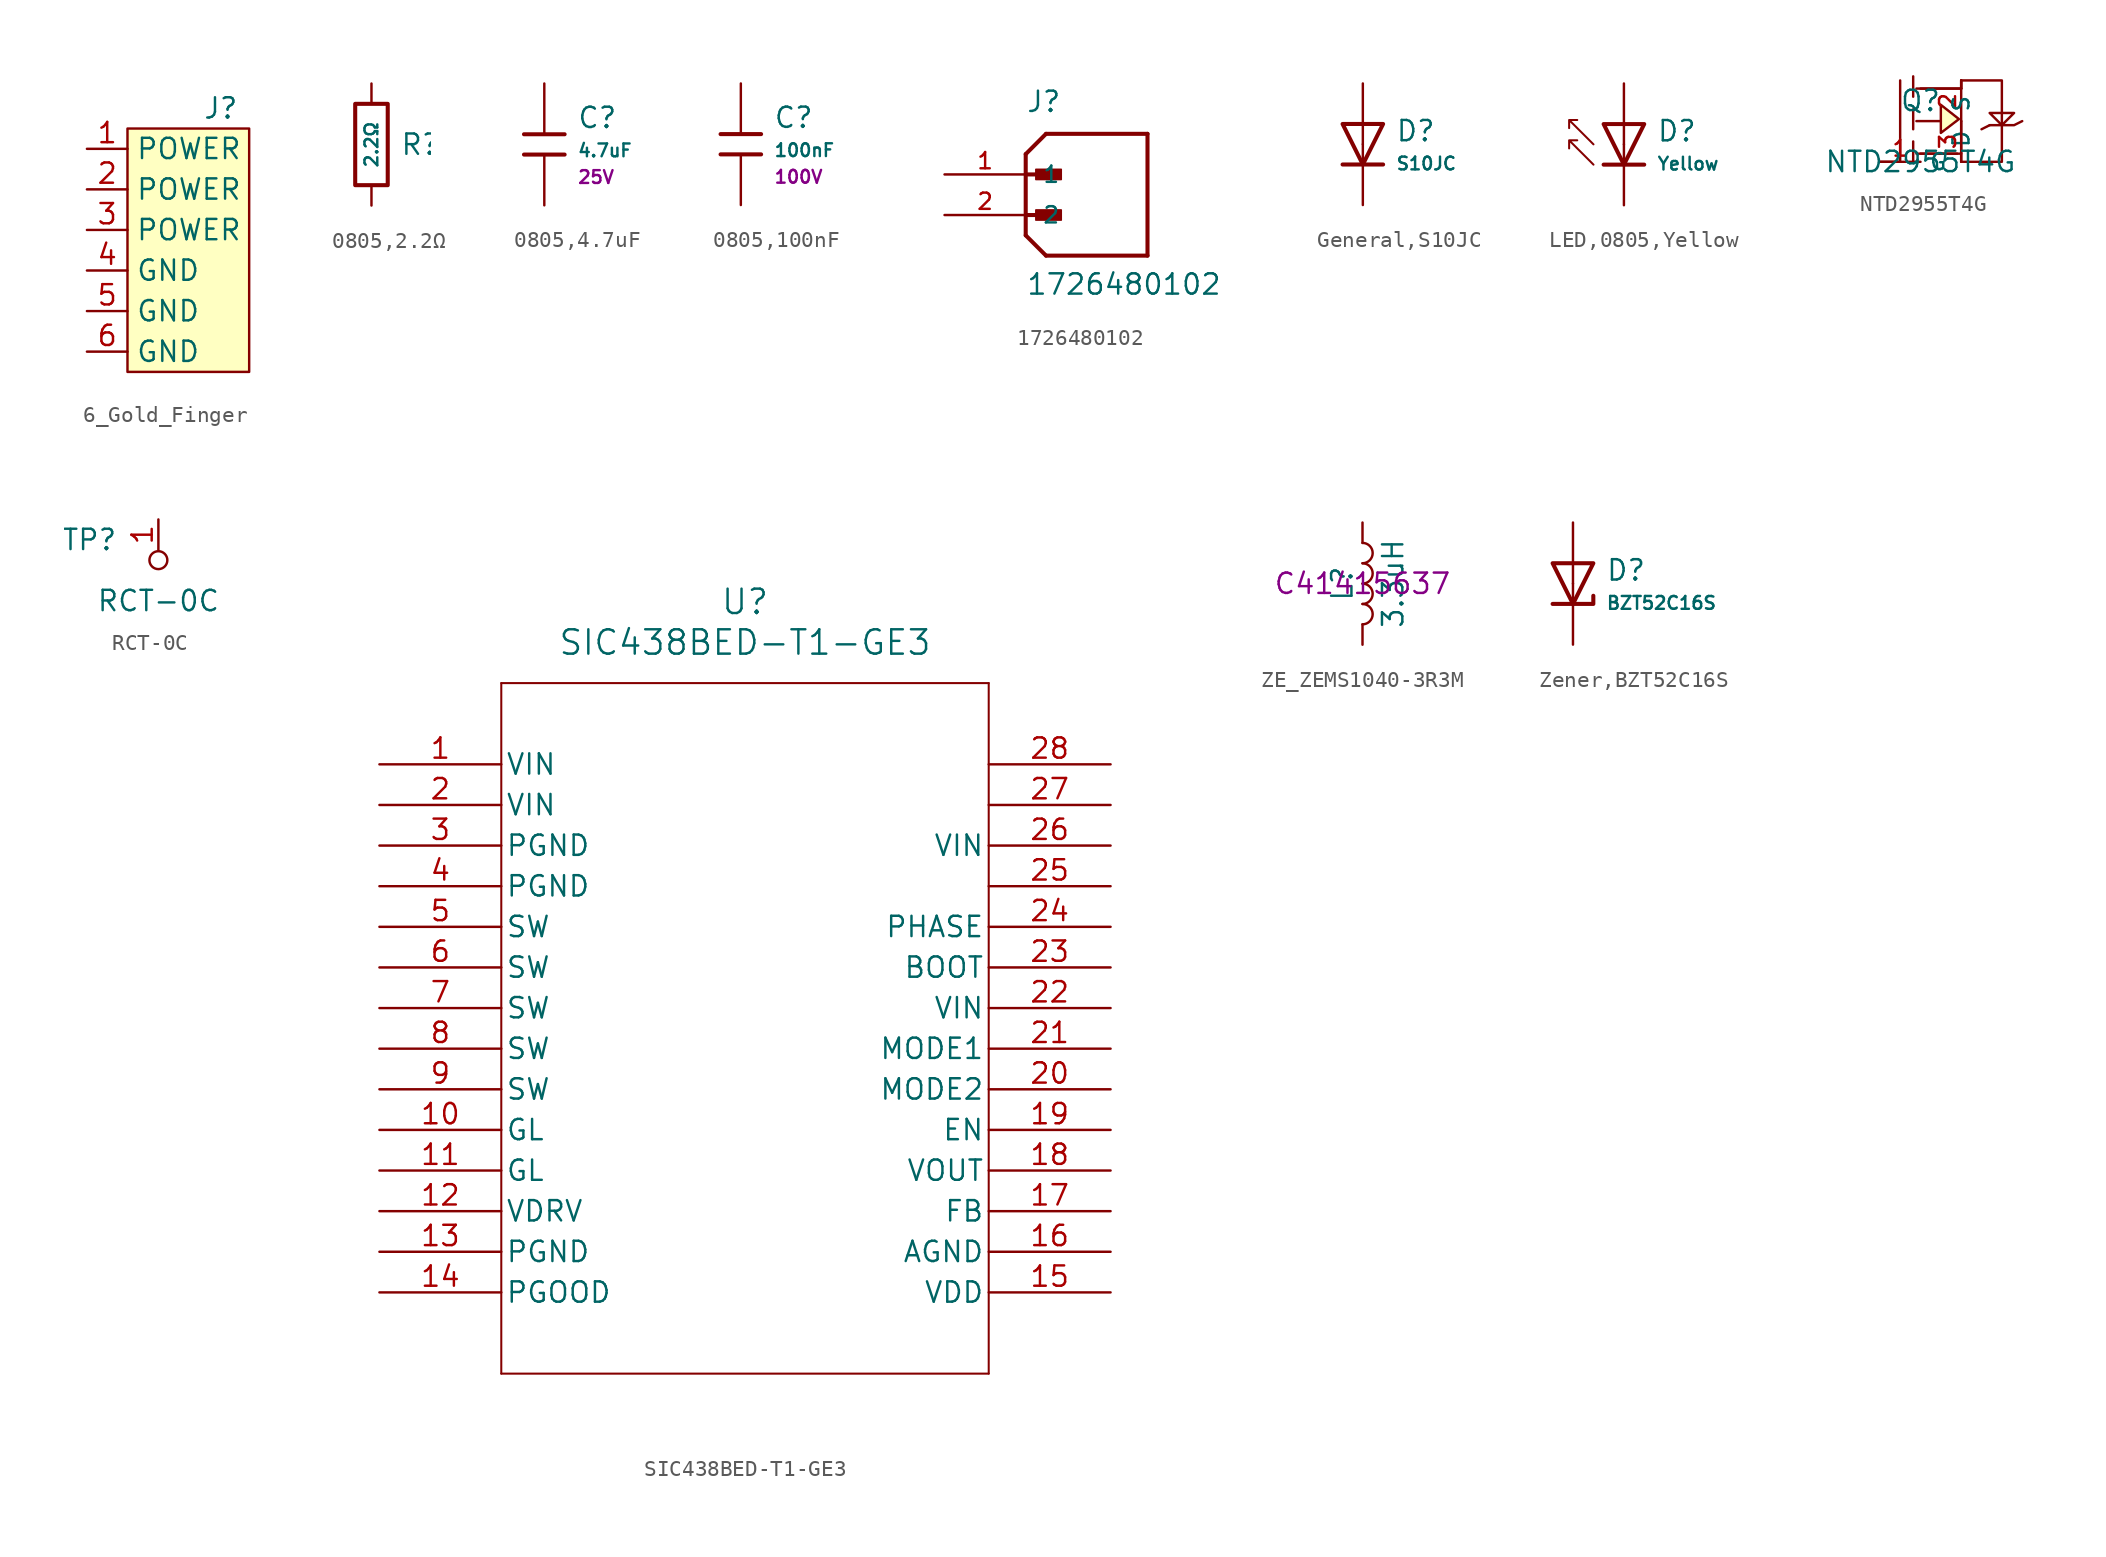
<source format=kicad_sym>
(kicad_symbol_lib
  (version 20241209)
  (generator "kicad_symbol_editor")
  (generator_version "9.0")
  (symbol "6_Gold_Finger"
    (property "Reference" "J"
      (at 5.842 16.51 0)
      (effects (font (size 1.27 1.27))))
    (property "Value" ""
      (at 0 1.27 0)
      (effects (font (size 1.27 1.27))))
    (symbol "6_Gold_Finger_1_1"
      (rectangle (start 0 15.24) (end 7.62 0) (stroke (width 0) (type default)) (fill (type background)))
      (pin input line (at -2.54 13.97 0) (length 2.54) (name "POWER" (effects (font (size 1.27 1.27)))) (number "1" (effects (font (size 1.27 1.27)))))
      (pin input line (at -2.54 11.43 0) (length 2.54) (name "POWER" (effects (font (size 1.27 1.27)))) (number "2" (effects (font (size 1.27 1.27)))))
      (pin input line (at -2.54 8.89 0) (length 2.54) (name "POWER" (effects (font (size 1.27 1.27)))) (number "3" (effects (font (size 1.27 1.27)))))
      (pin input line (at -2.54 6.35 0) (length 2.54) (name "GND" (effects (font (size 1.27 1.27)))) (number "4" (effects (font (size 1.27 1.27)))))
      (pin input line (at -2.54 3.81 0) (length 2.54) (name "GND" (effects (font (size 1.27 1.27)))) (number "5" (effects (font (size 1.27 1.27)))))
      (pin input line (at -2.54 1.27 0) (length 2.54) (name "GND" (effects (font (size 1.27 1.27)))) (number "6" (effects (font (size 1.27 1.27)))))))
  (symbol "0805,2.2Ω"
    (pin_numbers
      (hide yes))
    (pin_names
      (offset 0))
    (property "Reference" "R"
      (at 1.778 0 0)
      (effects (font (size 1.27 1.27)) (justify left)))
    (property "Value" "2.2Ω"
      (at 0 0 90)
      (do_not_autoplace)
      (effects (font (size 0.8 0.8))))
    (symbol "0805,2.2Ω_0_1"
      (rectangle (start -1.016 2.54) (end 1.016 -2.54) (stroke (width 0.254) (type default)) (fill (type none))))
    (symbol "0805,2.2Ω_1_1"
      (pin passive line (at 0 3.81 270) (length 1.27) (name "~" (effects (font (size 1.27 1.27)))) (number "1" (effects (font (size 1.27 1.27)))))
      (pin passive line (at 0 -3.81 90) (length 1.27) (name "~" (effects (font (size 1.27 1.27)))) (number "2" (effects (font (size 1.27 1.27)))))))
  (symbol "0805,4.7uF"
    (pin_numbers
      (hide yes))
    (pin_names
      (offset 0))
    (property "Reference" "C"
      (at 2.032 1.668 0)
      (effects (font (size 1.27 1.27)) (justify left)))
    (property "Value" "4.7uF"
      (at 2.032 -0.378 0)
      (effects (font (size 0.8 0.8)) (justify left)))
    (property "Voltage Rated" "25V"
      (at 2.032 -2.046 0)
      (effects (font (size 0.8 0.8)) (justify left)))
    (symbol "0805,4.7uF_0_1"
      (polyline (pts (xy -1.27 0.635) (xy 1.27 0.635)) (stroke (width 0.254) (type default)) (fill (type none)))
      (polyline (pts (xy -1.27 -0.635) (xy 1.27 -0.635)) (stroke (width 0.254) (type default)) (fill (type none))))
    (symbol "0805,4.7uF_1_1"
      (pin passive line (at 0 3.81 270) (length 3.175) (name "~" (effects (font (size 1.27 1.27)))) (number "1" (effects (font (size 1.27 1.27)))))
      (pin passive line (at 0 -3.81 90) (length 3.175) (name "~" (effects (font (size 1.27 1.27)))) (number "2" (effects (font (size 1.27 1.27)))))))
  (symbol "0805,100nF"
    (pin_numbers
      (hide yes))
    (pin_names
      (offset 0))
    (property "Reference" "C"
      (at 2.032 1.668 0)
      (effects (font (size 1.27 1.27)) (justify left)))
    (property "Value" "100nF"
      (at 2.032 -0.378 0)
      (effects (font (size 0.8 0.8)) (justify left)))
    (property "Voltage Rated" "100V"
      (at 2.032 -2.046 0)
      (effects (font (size 0.8 0.8)) (justify left)))
    (symbol "0805,100nF_0_1"
      (polyline (pts (xy -1.27 0.635) (xy 1.27 0.635)) (stroke (width 0.254) (type default)) (fill (type none)))
      (polyline (pts (xy -1.27 -0.635) (xy 1.27 -0.635)) (stroke (width 0.254) (type default)) (fill (type none))))
    (symbol "0805,100nF_1_1"
      (pin passive line (at 0 3.81 270) (length 3.175) (name "~" (effects (font (size 1.27 1.27)))) (number "1" (effects (font (size 1.27 1.27)))))
      (pin passive line (at 0 -3.81 90) (length 3.175) (name "~" (effects (font (size 1.27 1.27)))) (number "2" (effects (font (size 1.27 1.27)))))))
  (symbol "1726480102"
    (pin_names
      (offset 1.016))
    (property "Reference" "J"
      (at 0 3.81 0)
      (effects (font (size 1.27 1.27)) (justify left bottom)))
    (property "Value" "1726480102"
      (at 0 -7.62 0)
      (effects (font (size 1.27 1.27)) (justify left bottom)))
    (symbol "1726480102_0_0"
      (polyline (pts (xy 0 1.27) (xy 0 0)) (stroke (width 0.254) (type default)) (fill (type none)))
      (polyline (pts (xy 0 1.27) (xy 1.27 2.54)) (stroke (width 0.254) (type default)) (fill (type none)))
      (polyline (pts (xy 0 0) (xy 0 -3.81)) (stroke (width 0.254) (type default)) (fill (type none)))
      (polyline (pts (xy 0 0) (xy 1.905 0)) (stroke (width 0.254) (type default)) (fill (type none)))
      (polyline (pts (xy 0 -2.54) (xy 1.905 -2.54)) (stroke (width 0.254) (type default)) (fill (type none)))
      (polyline (pts (xy 0 -3.81) (xy 1.27 -5.08)) (stroke (width 0.254) (type default)) (fill (type none)))
      (rectangle (start 0.635 -0.318) (end 2.223 0.318) (stroke (width 0.1) (type default)) (fill (type outline)))
      (rectangle (start 0.635 -2.857) (end 2.223 -2.223) (stroke (width 0.1) (type default)) (fill (type outline)))
      (polyline (pts (xy 1.27 -5.08) (xy 7.62 -5.08)) (stroke (width 0.254) (type default)) (fill (type none)))
      (polyline (pts (xy 7.62 2.54) (xy 1.27 2.54)) (stroke (width 0.254) (type default)) (fill (type none)))
      (polyline (pts (xy 7.62 -5.08) (xy 7.62 2.54)) (stroke (width 0.254) (type default)) (fill (type none)))
      (pin passive line (at -5.08 0 0) (length 5.08) (name "1" (effects (font (size 1.016 1.016)))) (number "1" (effects (font (size 1.016 1.016)))))
      (pin passive line (at -5.08 -2.54 0) (length 5.08) (name "2" (effects (font (size 1.016 1.016)))) (number "2" (effects (font (size 1.016 1.016)))))))
  (symbol "General,S10JC"
    (pin_numbers
      (hide yes))
    (pin_names
      (offset 0))
    (property "Reference" "D"
      (at 2.032 0.834 0)
      (effects (font (size 1.27 1.27)) (justify left)))
    (property "Value" "S10JC"
      (at 2.032 -1.212 0)
      (effects (font (size 0.8 0.8)) (justify left)))
    (symbol "General,S10JC_0_1"
      (polyline (pts (xy -1.27 1.27) (xy 0 -1.27) (xy 1.27 1.27) (xy -1.27 1.27)) (stroke (width 0.254) (type default)) (fill (type none)))
      (polyline (pts (xy -1.27 -1.27) (xy 1.27 -1.27)) (stroke (width 0.254) (type default)) (fill (type none))))
    (symbol "General,S10JC_1_1"
      (pin passive line (at 0 3.81 270) (length 3.81) (name "~" (effects (font (size 1.27 1.27)))) (number "2" (effects (font (size 1.27 1.27)))))
      (pin passive line (at 0 -3.81 90) (length 3.81) (name "~" (effects (font (size 1.27 1.27)))) (number "1" (effects (font (size 1.27 1.27)))))))
  (symbol "LED,0805,Yellow"
    (pin_numbers
      (hide yes))
    (pin_names
      (offset 0))
    (property "Reference" "D"
      (at 2.032 0.834 0)
      (effects (font (size 1.27 1.27)) (justify left)))
    (property "Value" "Yellow"
      (at 2.032 -1.212 0)
      (effects (font (size 0.8 0.8)) (justify left)))
    (symbol "LED,0805,Yellow_0_1"
      (polyline (pts (xy -1.905 0) (xy -3.429 1.524) (xy -3.429 1.016) (xy -3.429 1.524) (xy -2.921 1.524)) (stroke (width 0.127) (type default)) (fill (type none)))
      (polyline (pts (xy -1.905 -1.27) (xy -3.429 0.254) (xy -3.429 -0.254) (xy -3.429 0.254) (xy -2.921 0.254)) (stroke (width 0.127) (type default)) (fill (type none)))
      (polyline (pts (xy -1.27 1.27) (xy 0 -1.27) (xy 1.27 1.27) (xy -1.27 1.27)) (stroke (width 0.254) (type default)) (fill (type none)))
      (polyline (pts (xy -1.27 -1.27) (xy 1.27 -1.27)) (stroke (width 0.254) (type default)) (fill (type none))))
    (symbol "LED,0805,Yellow_1_1"
      (pin passive line (at 0 3.81 270) (length 3.81) (name "~" (effects (font (size 1.27 1.27)))) (number "2" (effects (font (size 1.27 1.27)))))
      (pin passive line (at 0 -3.81 90) (length 3.81) (name "~" (effects (font (size 1.27 1.27)))) (number "1" (effects (font (size 1.27 1.27)))))))
  (symbol "NTD2955T4G"
    (property "Reference" "Q"
      (at 0 1.27 0)
      (effects (font (size 1.27 1.27))))
    (property "Value" "NTD2955T4G"
      (at 0 -2.54 0)
      (effects (font (size 1.27 1.27))))
    (symbol "NTD2955T4G_0_1"
      (polyline (pts (xy -2.54 -2.54) (xy -1.27 -2.54)) (stroke (width 0) (type default)) (fill (type none)))
      (polyline (pts (xy -1.27 -2.54) (xy -1.27 2.54)) (stroke (width 0) (type default)) (fill (type none)))
      (polyline (pts (xy -0.457 2.794) (xy -0.457 1.524)) (stroke (width 0) (type default)) (fill (type none)))
      (polyline (pts (xy -0.457 0.737) (xy -0.457 -0.508)) (stroke (width 0) (type default)) (fill (type none)))
      (polyline (pts (xy -0.457 -1.27) (xy -0.457 -2.515)) (stroke (width 0) (type default)) (fill (type none)))
      (polyline (pts (xy -0.254 -2.032) (xy 2.54 -2.032)) (stroke (width 0) (type default)) (fill (type none)))
      (polyline (pts (xy 0 -2.032) (xy 2.286 -2.032)) (stroke (width 0) (type default)) (fill (type none)))
      (polyline (pts (xy 1.27 0) (xy -0.254 0)) (stroke (width 0) (type default)) (fill (type none)))
      (polyline (pts (xy 1.27 -0.737) (xy 1.27 1.016) (xy 2.4 0.127) (xy 1.27 -0.737)) (stroke (width 0) (type default)) (fill (type background)))
      (polyline (pts (xy 2.54 2.54) (xy 2.54 2.032)) (stroke (width 0) (type default)) (fill (type none)))
      (polyline (pts (xy 2.54 2.54) (xy 2.54 2.032)) (stroke (width 0) (type default)) (fill (type none)))
      (polyline (pts (xy 2.54 2.54) (xy 5.08 2.54) (xy 5.08 -2.54) (xy 2.54 -2.54)) (stroke (width 0) (type default)) (fill (type none)))
      (polyline (pts (xy 2.54 2.032) (xy -0.254 2.032)) (stroke (width 0) (type default)) (fill (type none)))
      (polyline (pts (xy 2.54 2.032) (xy 0 2.032)) (stroke (width 0) (type default)) (fill (type none)))
      (polyline (pts (xy 2.54 0) (xy 2.54 -2.54)) (stroke (width 0) (type default)) (fill (type none)))
      (polyline (pts (xy 4.318 0.508) (xy 5.842 0.508) (xy 5.08 -0.254) (xy 4.318 0.508)) (stroke (width 0) (type default)) (fill (type none)))
      (polyline (pts (xy 4.318 -0.254) (xy 3.81 -0.508)) (stroke (width 0) (type default)) (fill (type none)))
      (polyline (pts (xy 4.318 -0.254) (xy 5.842 -0.254) (xy 6.35 0)) (stroke (width 0) (type default)) (fill (type none)))
      (pin unspecified line (at -2.54 -2.54 0) (length 2.54) (name "G" (effects (font (size 1 1)))) (number "1" (effects (font (size 1 1)))))
      (pin unspecified line (at 2.54 2.54 270) (length 2.54) (name "D" (effects (font (size 1 1)))) (number "2" (effects (font (size 1 1)))))
      (pin unspecified line (at 2.54 -2.54 90) (length 2.54) (name "S" (effects (font (size 1 1)))) (number "3" (effects (font (size 1 1)))))))
  (symbol "RCT-0C"
    (pin_names
      (offset 1.016))
    (property "Reference" "TP"
      (at -2.54 1.27 0)
      (effects (font (size 1.27 1.27)) (justify right)))
    (property "Value" "RCT-0C"
      (at 0 -2.54 0)
      (effects (font (size 1.27 1.27))))
    (symbol "RCT-0C_0_1"
      (circle (center 0 0) (radius 0.559) (stroke (width 0) (type solid)) (fill (type none))))
    (symbol "RCT-0C_1_1"
      (pin passive line (at 0 2.54 270) (length 1.905) (name "~" (effects (font (size 1.27 1.27)))) (number "1" (effects (font (size 1.27 1.27)))))))
  (symbol "SIC438BED-T1-GE3"
    (pin_names
      (offset 0.254))
    (property "Reference" "U"
      (at 22.86 10.16 0)
      (effects (font (size 1.524 1.524))))
    (property "Value" "SIC438BED-T1-GE3"
      (at 22.86 7.62 0)
      (effects (font (size 1.524 1.524))))
    (property "ki_locked" ""
      (at 0 0 0)
      (effects (font (size 1.27 1.27))))
    (symbol "SIC438BED-T1-GE3_0_1"
      (polyline (pts (xy 7.62 5.08) (xy 7.62 -38.1)) (stroke (width 0.127) (type default)) (fill (type none)))
      (polyline (pts (xy 7.62 -38.1) (xy 38.1 -38.1)) (stroke (width 0.127) (type default)) (fill (type none)))
      (polyline (pts (xy 38.1 5.08) (xy 7.62 5.08)) (stroke (width 0.127) (type default)) (fill (type none)))
      (polyline (pts (xy 38.1 -38.1) (xy 38.1 5.08)) (stroke (width 0.127) (type default)) (fill (type none)))
      (pin unspecified line (at 0 0 0) (length 7.62) (name "VIN" (effects (font (size 1.27 1.27)))) (number "1" (effects (font (size 1.27 1.27)))))
      (pin unspecified line (at 0 -2.54 0) (length 7.62) (name "VIN" (effects (font (size 1.27 1.27)))) (number "2" (effects (font (size 1.27 1.27)))))
      (pin power_out line (at 0 -5.08 0) (length 7.62) (name "PGND" (effects (font (size 1.27 1.27)))) (number "3" (effects (font (size 1.27 1.27)))))
      (pin power_out line (at 0 -7.62 0) (length 7.62) (name "PGND" (effects (font (size 1.27 1.27)))) (number "4" (effects (font (size 1.27 1.27)))))
      (pin unspecified line (at 0 -10.16 0) (length 7.62) (name "SW" (effects (font (size 1.27 1.27)))) (number "5" (effects (font (size 1.27 1.27)))))
      (pin unspecified line (at 0 -12.7 0) (length 7.62) (name "SW" (effects (font (size 1.27 1.27)))) (number "6" (effects (font (size 1.27 1.27)))))
      (pin unspecified line (at 0 -15.24 0) (length 7.62) (name "SW" (effects (font (size 1.27 1.27)))) (number "7" (effects (font (size 1.27 1.27)))))
      (pin unspecified line (at 0 -17.78 0) (length 7.62) (name "SW" (effects (font (size 1.27 1.27)))) (number "8" (effects (font (size 1.27 1.27)))))
      (pin unspecified line (at 0 -20.32 0) (length 7.62) (name "SW" (effects (font (size 1.27 1.27)))) (number "9" (effects (font (size 1.27 1.27)))))
      (pin unspecified line (at 0 -22.86 0) (length 7.62) (name "GL" (effects (font (size 1.27 1.27)))) (number "10" (effects (font (size 1.27 1.27)))))
      (pin unspecified line (at 0 -25.4 0) (length 7.62) (name "GL" (effects (font (size 1.27 1.27)))) (number "11" (effects (font (size 1.27 1.27)))))
      (pin unspecified line (at 0 -27.94 0) (length 7.62) (name "VDRV" (effects (font (size 1.27 1.27)))) (number "12" (effects (font (size 1.27 1.27)))))
      (pin power_out line (at 0 -30.48 0) (length 7.62) (name "PGND" (effects (font (size 1.27 1.27)))) (number "13" (effects (font (size 1.27 1.27)))))
      (pin power_in line (at 0 -33.02 0) (length 7.62) (name "PGOOD" (effects (font (size 1.27 1.27)))) (number "14" (effects (font (size 1.27 1.27)))))
      (pin unspecified line (at 45.72 0 180) (length 7.62) (name "" (effects (font (size 1.27 1.27)))) (number "28" (effects (font (size 1.27 1.27)))))
      (pin power_out line (at 45.72 -2.54 180) (length 7.62) (name "" (effects (font (size 1.27 1.27)))) (number "27" (effects (font (size 1.27 1.27)))))
      (pin unspecified line (at 45.72 -5.08 180) (length 7.62) (name "VIN" (effects (font (size 1.27 1.27)))) (number "26" (effects (font (size 1.27 1.27)))))
      (pin power_out line (at 45.72 -7.62 180) (length 7.62) (name "" (effects (font (size 1.27 1.27)))) (number "25" (effects (font (size 1.27 1.27)))))
      (pin unspecified line (at 45.72 -10.16 180) (length 7.62) (name "PHASE" (effects (font (size 1.27 1.27)))) (number "24" (effects (font (size 1.27 1.27)))))
      (pin unspecified line (at 45.72 -12.7 180) (length 7.62) (name "BOOT" (effects (font (size 1.27 1.27)))) (number "23" (effects (font (size 1.27 1.27)))))
      (pin unspecified line (at 45.72 -15.24 180) (length 7.62) (name "VIN" (effects (font (size 1.27 1.27)))) (number "22" (effects (font (size 1.27 1.27)))))
      (pin bidirectional line (at 45.72 -17.78 180) (length 7.62) (name "MODE1" (effects (font (size 1.27 1.27)))) (number "21" (effects (font (size 1.27 1.27)))))
      (pin bidirectional line (at 45.72 -20.32 180) (length 7.62) (name "MODE2" (effects (font (size 1.27 1.27)))) (number "20" (effects (font (size 1.27 1.27)))))
      (pin unspecified line (at 45.72 -22.86 180) (length 7.62) (name "EN" (effects (font (size 1.27 1.27)))) (number "19" (effects (font (size 1.27 1.27)))))
      (pin output line (at 45.72 -25.4 180) (length 7.62) (name "VOUT" (effects (font (size 1.27 1.27)))) (number "18" (effects (font (size 1.27 1.27)))))
      (pin unspecified line (at 45.72 -27.94 180) (length 7.62) (name "FB" (effects (font (size 1.27 1.27)))) (number "17" (effects (font (size 1.27 1.27)))))
      (pin power_out line (at 45.72 -30.48 180) (length 7.62) (name "AGND" (effects (font (size 1.27 1.27)))) (number "16" (effects (font (size 1.27 1.27)))))
      (pin power_in line (at 45.72 -33.02 180) (length 7.62) (name "VDD" (effects (font (size 1.27 1.27)))) (number "15" (effects (font (size 1.27 1.27)))))))
  (symbol "ZE_ZEMS1040-3R3M"
    (pin_numbers
      (hide yes))
    (pin_names
      (offset 1.016)
      (hide yes))
    (property "Reference" "L"
      (at -1.27 0 90)
      (effects (font (size 1.27 1.27))))
    (property "Value" "3.3uH"
      (at 1.905 0 90)
      (effects (font (size 1.27 1.27))))
    (property "LCSC" "C41415637"
      (at 0 0 0)
      (effects (font (size 1.27 1.27))))
    (symbol "ZE_ZEMS1040-3R3M_0_1"
      (arc (start 0 2.54) (mid 0.6323 1.905) (end 0 1.27) (stroke (width 0) (type default)) (fill (type none)))
      (arc (start 0 1.27) (mid 0.6323 0.635) (end 0 0) (stroke (width 0) (type default)) (fill (type none)))
      (arc (start 0 0) (mid 0.6323 -0.635) (end 0 -1.27) (stroke (width 0) (type default)) (fill (type none)))
      (arc (start 0 -1.27) (mid 0.6323 -1.905) (end 0 -2.54) (stroke (width 0) (type default)) (fill (type none))))
    (symbol "ZE_ZEMS1040-3R3M_1_1"
      (pin passive line (at 0 3.81 270) (length 1.27) (name "1" (effects (font (size 1.27 1.27)))) (number "1" (effects (font (size 1.27 1.27)))))
      (pin passive line (at 0 -3.81 90) (length 1.27) (name "2" (effects (font (size 1.27 1.27)))) (number "2" (effects (font (size 1.27 1.27)))))))
  (symbol "Zener,BZT52C16S"
    (pin_numbers
      (hide yes))
    (pin_names
      (offset 0))
    (property "Reference" "D"
      (at 2.032 0.834 0)
      (effects (font (size 1.27 1.27)) (justify left)))
    (property "Value" "BZT52C16S"
      (at 2.032 -1.212 0)
      (effects (font (size 0.8 0.8)) (justify left)))
    (symbol "Zener,BZT52C16S_0_1"
      (polyline (pts (xy -1.27 1.27) (xy 0 -1.27) (xy 1.27 1.27) (xy -1.27 1.27)) (stroke (width 0.254) (type default)) (fill (type none)))
      (polyline (pts (xy -1.27 -1.27) (xy 1.27 -1.27) (xy 1.27 -0.762)) (stroke (width 0.254) (type default)) (fill (type none))))
    (symbol "Zener,BZT52C16S_1_1"
      (pin passive line (at 0 3.81 270) (length 3.81) (name "~" (effects (font (size 1.27 1.27)))) (number "2" (effects (font (size 1.27 1.27)))))
      (pin passive line (at 0 -3.81 90) (length 3.81) (name "~" (effects (font (size 1.27 1.27)))) (number "1" (effects (font (size 1.27 1.27))))))))
</source>
